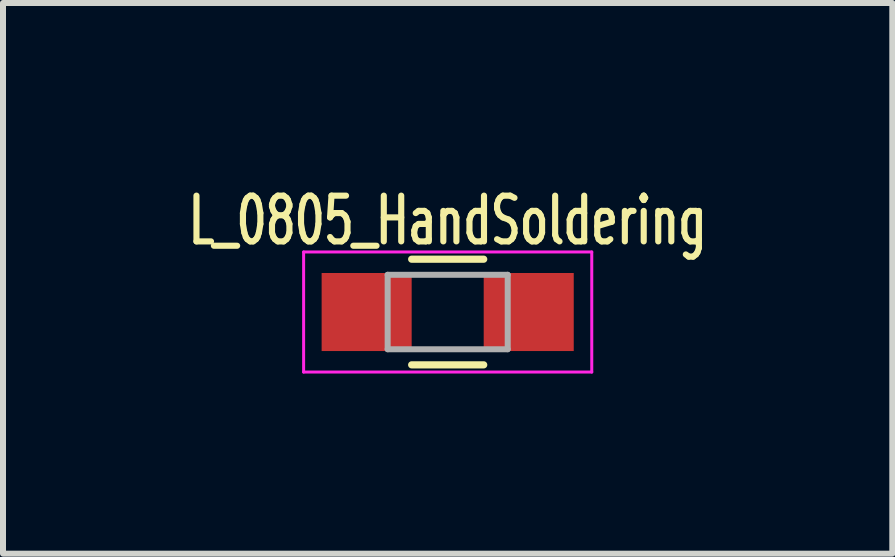
<source format=kicad_pcb>
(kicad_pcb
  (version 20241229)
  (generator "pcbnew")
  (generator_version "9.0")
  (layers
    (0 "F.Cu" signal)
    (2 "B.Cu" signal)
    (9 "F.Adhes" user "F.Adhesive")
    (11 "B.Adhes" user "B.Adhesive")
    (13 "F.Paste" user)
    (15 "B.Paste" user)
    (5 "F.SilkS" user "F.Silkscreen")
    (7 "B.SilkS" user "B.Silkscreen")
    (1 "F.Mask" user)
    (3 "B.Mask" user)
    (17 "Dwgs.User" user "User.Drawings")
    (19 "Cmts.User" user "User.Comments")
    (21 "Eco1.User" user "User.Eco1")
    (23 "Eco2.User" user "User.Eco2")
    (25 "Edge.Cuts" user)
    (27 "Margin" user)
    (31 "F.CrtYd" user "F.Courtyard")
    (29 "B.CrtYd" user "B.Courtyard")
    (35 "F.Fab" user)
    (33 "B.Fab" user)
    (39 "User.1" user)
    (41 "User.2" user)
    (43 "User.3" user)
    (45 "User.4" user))
  (footprint "L_0805_HandSoldering"
    (layer "F.Cu")
    (at 4.408 2.148)
    (property "Reference" "L_0805_HandSoldering" (at 0 -1.524 0) (layer "F.SilkS") (effects (font (size 0.762 0.508) (thickness 0.102))))
    (attr smd)
    (fp_line (start -0.6 -0.88) (end 0.6 -0.88) (stroke (width 0.12) (type solid)) (layer "F.SilkS"))
    (fp_line (start 0.6 0.88) (end -0.6 0.88) (stroke (width 0.12) (type solid)) (layer "F.SilkS"))
    (fp_line (start -2.4 -1) (end -2.4 1) (stroke (width 0.05) (type solid)) (layer "F.CrtYd"))
    (fp_line (start -2.4 -1) (end 2.4 -1) (stroke (width 0.05) (type solid)) (layer "F.CrtYd"))
    (fp_line (start -2.4 1) (end 2.4 1) (stroke (width 0.05) (type solid)) (layer "F.CrtYd"))
    (fp_line (start 2.4 -1) (end 2.4 1) (stroke (width 0.05) (type solid)) (layer "F.CrtYd"))
    (fp_line (start -1 -0.62) (end 1 -0.62) (stroke (width 0.1) (type solid)) (layer "F.Fab"))
    (fp_line (start -1 0.62) (end -1 -0.62) (stroke (width 0.1) (type solid)) (layer "F.Fab"))
    (fp_line (start 1 -0.62) (end 1 0.62) (stroke (width 0.1) (type solid)) (layer "F.Fab"))
    (fp_line (start 1 0.62) (end -1 0.62) (stroke (width 0.1) (type solid)) (layer "F.Fab"))
    (pad "1" smd rect (at -1.35 0) (size 1.5 1.3) (layers "F.Cu" "F.Mask" "F.Paste"))
    (pad "2" smd rect (at 1.35 0) (size 1.5 1.3) (layers "F.Cu" "F.Mask" "F.Paste")))
  (gr_rect
    (start -3 -3)
    (end 11.815 6.173)
    (stroke (width 0.1) (type default))
    (fill no)
    (layer "Edge.Cuts")))
</source>
